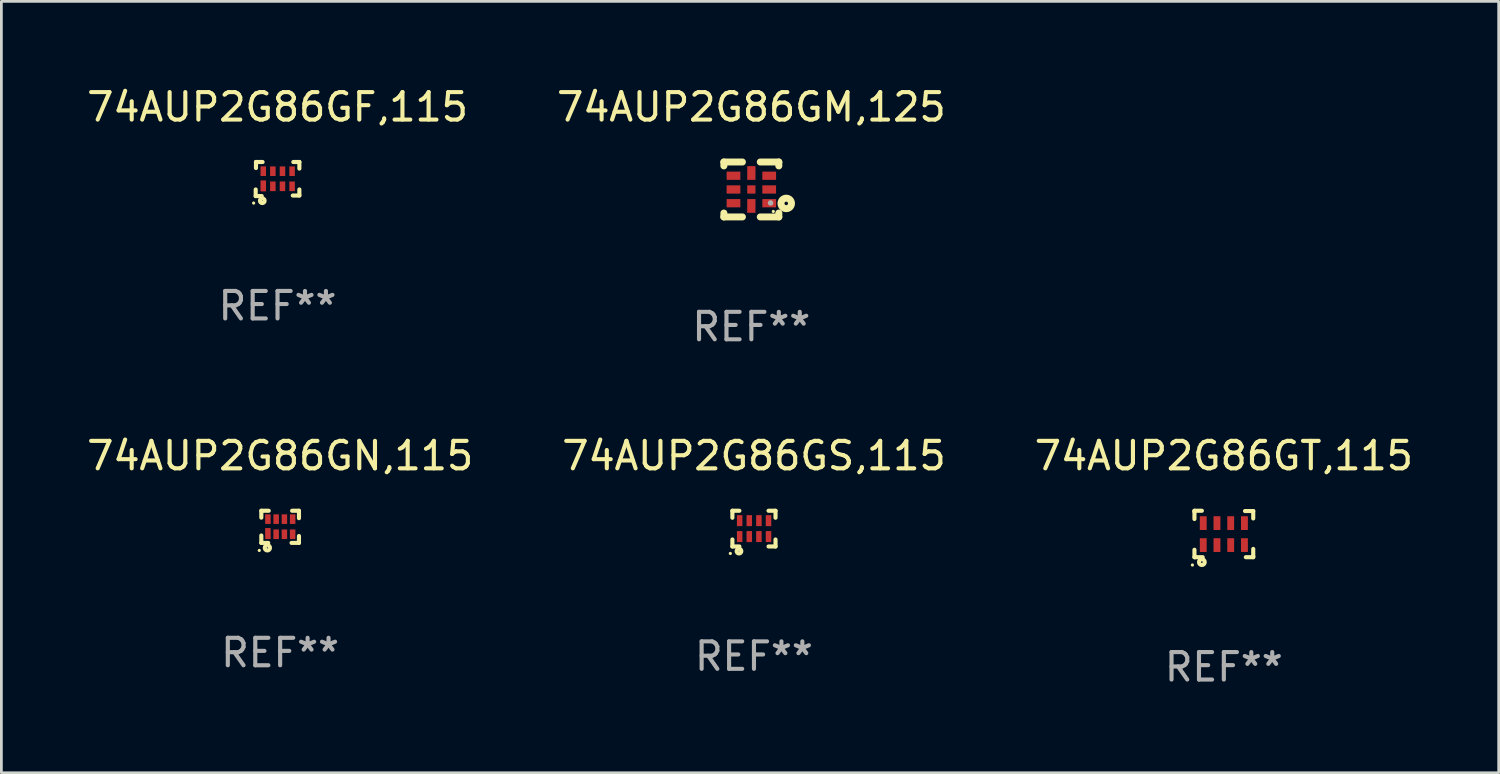
<source format=kicad_pcb>
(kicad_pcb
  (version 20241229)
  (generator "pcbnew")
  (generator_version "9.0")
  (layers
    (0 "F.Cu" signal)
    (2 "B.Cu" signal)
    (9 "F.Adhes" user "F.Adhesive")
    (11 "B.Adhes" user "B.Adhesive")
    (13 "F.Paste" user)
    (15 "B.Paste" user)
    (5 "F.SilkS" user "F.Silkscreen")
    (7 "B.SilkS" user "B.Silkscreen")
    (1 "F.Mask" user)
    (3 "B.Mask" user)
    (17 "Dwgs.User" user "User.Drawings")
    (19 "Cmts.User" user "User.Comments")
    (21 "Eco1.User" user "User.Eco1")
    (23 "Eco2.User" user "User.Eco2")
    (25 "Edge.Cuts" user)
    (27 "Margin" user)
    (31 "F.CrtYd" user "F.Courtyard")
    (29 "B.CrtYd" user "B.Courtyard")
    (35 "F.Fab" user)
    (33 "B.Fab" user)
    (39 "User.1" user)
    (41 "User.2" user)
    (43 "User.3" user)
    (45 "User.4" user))
  (footprint "74AUP2G86GT,115"
    (layer "F.Cu")
    (at 41.506 16.39)
    (property "Reference" "74AUP2G86GT,115" (at 0 -2.845 0) (layer "F.SilkS") (effects (font (size 1 1) (thickness 0.15))))
    (attr through_hole)
    (fp_line (start -1.07 -0.845) (end -0.8 -0.845) (stroke (width 0.15) (type solid)) (layer "F.SilkS"))
    (fp_line (start -1.07 -0.815) (end -1.07 -0.845) (stroke (width 0.15) (type solid)) (layer "F.SilkS"))
    (fp_line (start -1.07 -0.545) (end -1.07 -0.815) (stroke (width 0.15) (type solid)) (layer "F.SilkS"))
    (fp_line (start -1.07 0.845) (end -1.07 0.575) (stroke (width 0.15) (type solid)) (layer "F.SilkS"))
    (fp_line (start -1.04 0.845) (end -1.07 0.845) (stroke (width 0.15) (type solid)) (layer "F.SilkS"))
    (fp_line (start -0.77 0.845) (end -1.04 0.845) (stroke (width 0.15) (type solid)) (layer "F.SilkS"))
    (fp_line (start 0.77 -0.835) (end 1.04 -0.835) (stroke (width 0.15) (type solid)) (layer "F.SilkS"))
    (fp_line (start 1.04 -0.835) (end 1.07 -0.835) (stroke (width 0.15) (type solid)) (layer "F.SilkS"))
    (fp_line (start 1.07 0.545) (end 1.07 0.815) (stroke (width 0.15) (type solid)) (layer "F.SilkS"))
    (fp_line (start 1.07 0.815) (end 1.07 0.845) (stroke (width 0.15) (type solid)) (layer "F.SilkS"))
    (fp_line (start 1.07 0.845) (end 0.8 0.845) (stroke (width 0.15) (type solid)) (layer "F.SilkS"))
    (fp_line (start 1.07 -0.835) (end 1.07 -0.565) (stroke (width 0.15) (type solid)) (layer "F.SilkS"))
    (fp_circle (center -1.145 1.13) (end -1.115 1.13) (stroke (width 0.06) (type solid)) (fill no) (layer "F.SilkS"))
    (fp_circle (center -0.8 1.025) (end -0.77 1.025) (stroke (width 0.15) (type solid)) (fill no) (layer "F.SilkS"))
    (fp_text user "REF**" (at 0 4.845 0) (layer "F.Fab") (effects (font (size 1 1) (thickness 0.15))))
    (pad "1" smd rect (at -0.75 0.405) (size 0.25 0.5) (layers "F.Cu" "F.Mask" "F.Paste"))
    (pad "2" smd rect (at -0.25 0.405) (size 0.25 0.5) (layers "F.Cu" "F.Mask" "F.Paste"))
    (pad "3" smd rect (at 0.25 0.405) (size 0.25 0.5) (layers "F.Cu" "F.Mask" "F.Paste"))
    (pad "4" smd rect (at 0.75 0.405) (size 0.25 0.5) (layers "F.Cu" "F.Mask" "F.Paste"))
    (pad "5" smd rect (at 0.75 -0.395) (size 0.25 0.5) (layers "F.Cu" "F.Mask" "F.Paste"))
    (pad "6" smd rect (at 0.25 -0.395) (size 0.25 0.5) (layers "F.Cu" "F.Mask" "F.Paste"))
    (pad "7" smd rect (at -0.25 -0.395) (size 0.25 0.5) (layers "F.Cu" "F.Mask" "F.Paste"))
    (pad "8" smd rect (at -0.75 -0.395) (size 0.25 0.5) (layers "F.Cu" "F.Mask" "F.Paste")))
  (footprint "74AUP2G86GF,115"
    (layer "F.Cu")
    (at 7.054 3.468)
    (property "Reference" "74AUP2G86GF,115" (at 0 -2.62 0) (layer "F.SilkS") (effects (font (size 1 1) (thickness 0.15))))
    (attr through_hole)
    (fp_line (start -0.795 0.62) (end -0.795 0.38) (stroke (width 0.15) (type solid)) (layer "F.SilkS"))
    (fp_line (start -0.785 -0.62) (end -0.545 -0.62) (stroke (width 0.15) (type solid)) (layer "F.SilkS"))
    (fp_line (start -0.785 -0.4) (end -0.785 -0.62) (stroke (width 0.15) (type solid)) (layer "F.SilkS"))
    (fp_line (start -0.575 0.62) (end -0.795 0.62) (stroke (width 0.15) (type solid)) (layer "F.SilkS"))
    (fp_line (start 0.575 -0.62) (end 0.795 -0.62) (stroke (width 0.15) (type solid)) (layer "F.SilkS"))
    (fp_line (start 0.795 -0.62) (end 0.795 -0.38) (stroke (width 0.15) (type solid)) (layer "F.SilkS"))
    (fp_line (start 0.795 0.38) (end 0.795 0.6) (stroke (width 0.15) (type solid)) (layer "F.SilkS"))
    (fp_line (start 0.795 0.6) (end 0.555 0.6) (stroke (width 0.15) (type solid)) (layer "F.SilkS"))
    (fp_circle (center -0.87 0.875) (end -0.84 0.875) (stroke (width 0.06) (type solid)) (fill no) (layer "F.SilkS"))
    (fp_circle (center -0.555 0.79) (end -0.545 0.79) (stroke (width 0.15) (type solid)) (fill no) (layer "F.SilkS"))
    (fp_text user "REF**" (at 0 4.62 0) (layer "F.Fab") (effects (font (size 1 1) (thickness 0.15))))
    (pad "1" smd rect (at -0.52 0.25) (size 0.2 0.4) (layers "F.Cu" "F.Mask" "F.Paste"))
    (pad "2" smd rect (at -0.17 0.265) (size 0.2 0.35) (layers "F.Cu" "F.Mask" "F.Paste"))
    (pad "3" smd rect (at 0.18 0.265) (size 0.2 0.35) (layers "F.Cu" "F.Mask" "F.Paste"))
    (pad "4" smd rect (at 0.53 0.265) (size 0.2 0.35) (layers "F.Cu" "F.Mask" "F.Paste"))
    (pad "5" smd rect (at 0.53 -0.285) (size 0.2 0.35) (layers "F.Cu" "F.Mask" "F.Paste"))
    (pad "6" smd rect (at 0.18 -0.285) (size 0.2 0.35) (layers "F.Cu" "F.Mask" "F.Paste"))
    (pad "7" smd rect (at -0.17 -0.285) (size 0.2 0.35) (layers "F.Cu" "F.Mask" "F.Paste"))
    (pad "8" smd rect (at -0.52 -0.285) (size 0.2 0.35) (layers "F.Cu" "F.Mask" "F.Paste")))
  (footprint "74AUP2G86GN,115"
    (layer "F.Cu")
    (at 7.149 16.13)
    (property "Reference" "74AUP2G86GN,115" (at 0 -2.585 0) (layer "F.SilkS") (effects (font (size 1 1) (thickness 0.15))))
    (attr through_hole)
    (fp_line (start -0.685 -0.585) (end -0.415 -0.585) (stroke (width 0.15) (type solid)) (layer "F.SilkS"))
    (fp_line (start -0.685 -0.335) (end -0.685 -0.585) (stroke (width 0.15) (type solid)) (layer "F.SilkS"))
    (fp_line (start -0.685 0.585) (end -0.685 0.315) (stroke (width 0.15) (type solid)) (layer "F.SilkS"))
    (fp_line (start -0.435 0.585) (end -0.685 0.585) (stroke (width 0.15) (type solid)) (layer "F.SilkS"))
    (fp_line (start 0.435 -0.585) (end 0.685 -0.585) (stroke (width 0.15) (type solid)) (layer "F.SilkS"))
    (fp_line (start 0.685 -0.585) (end 0.685 -0.315) (stroke (width 0.15) (type solid)) (layer "F.SilkS"))
    (fp_line (start 0.685 0.335) (end 0.685 0.585) (stroke (width 0.15) (type solid)) (layer "F.SilkS"))
    (fp_line (start 0.685 0.585) (end 0.415 0.585) (stroke (width 0.15) (type solid)) (layer "F.SilkS"))
    (fp_circle (center -0.76 0.86) (end -0.73 0.86) (stroke (width 0.06) (type solid)) (fill no) (layer "F.SilkS"))
    (fp_circle (center -0.465 0.765) (end -0.445 0.765) (stroke (width 0.15) (type solid)) (fill no) (layer "F.SilkS"))
    (fp_text user "REF**" (at 0 4.585 0) (layer "F.Fab") (effects (font (size 1 1) (thickness 0.15))))
    (pad "1" smd rect (at -0.445 0.245) (size 0.2 0.4) (layers "F.Cu" "F.Mask" "F.Paste"))
    (pad "2" smd rect (at -0.145 0.27) (size 0.2 0.35) (layers "F.Cu" "F.Mask" "F.Paste"))
    (pad "3" smd rect (at 0.155 0.27) (size 0.2 0.35) (layers "F.Cu" "F.Mask" "F.Paste"))
    (pad "4" smd rect (at 0.455 0.27) (size 0.2 0.35) (layers "F.Cu" "F.Mask" "F.Paste"))
    (pad "5" smd rect (at 0.455 -0.28) (size 0.2 0.35) (layers "F.Cu" "F.Mask" "F.Paste"))
    (pad "6" smd rect (at 0.155 -0.28) (size 0.2 0.35) (layers "F.Cu" "F.Mask" "F.Paste"))
    (pad "7" smd rect (at -0.145 -0.28) (size 0.2 0.35) (layers "F.Cu" "F.Mask" "F.Paste"))
    (pad "8" smd rect (at -0.445 -0.28) (size 0.2 0.35) (layers "F.Cu" "F.Mask" "F.Paste")))
  (footprint "74AUP2G86GS,115"
    (layer "F.Cu")
    (at 24.399 16.195)
    (property "Reference" "74AUP2G86GS,115" (at 0 -2.65 0) (layer "F.SilkS") (effects (font (size 1 1) (thickness 0.15))))
    (attr through_hole)
    (fp_line (start -0.785 0.65) (end -0.785 0.396) (stroke (width 0.15) (type solid)) (layer "F.SilkS"))
    (fp_line (start -0.785 -0.65) (end -0.531 -0.65) (stroke (width 0.15) (type solid)) (layer "F.SilkS"))
    (fp_line (start -0.785 -0.396) (end -0.785 -0.65) (stroke (width 0.15) (type solid)) (layer "F.SilkS"))
    (fp_line (start -0.531 0.65) (end -0.785 0.65) (stroke (width 0.15) (type solid)) (layer "F.SilkS"))
    (fp_line (start 0.531 -0.65) (end 0.785 -0.65) (stroke (width 0.15) (type solid)) (layer "F.SilkS"))
    (fp_line (start 0.785 -0.65) (end 0.785 -0.396) (stroke (width 0.15) (type solid)) (layer "F.SilkS"))
    (fp_line (start 0.785 0.396) (end 0.785 0.65) (stroke (width 0.15) (type solid)) (layer "F.SilkS"))
    (fp_line (start 0.785 0.65) (end 0.531 0.65) (stroke (width 0.15) (type solid)) (layer "F.SilkS"))
    (fp_circle (center -0.86 0.905) (end -0.83 0.905) (stroke (width 0.06) (type solid)) (fill no) (layer "F.SilkS"))
    (fp_circle (center -0.545 0.82) (end -0.535 0.82) (stroke (width 0.15) (type solid)) (fill no) (layer "F.SilkS"))
    (fp_text user "REF**" (at 0 4.65 0) (layer "F.Fab") (effects (font (size 1 1) (thickness 0.15))))
    (pad "1" smd rect (at -0.52 0.29) (size 0.2 0.4) (layers "F.Cu" "F.Mask" "F.Paste"))
    (pad "2" smd rect (at -0.17 0.29) (size 0.2 0.4) (layers "F.Cu" "F.Mask" "F.Paste"))
    (pad "3" smd rect (at 0.18 0.29) (size 0.2 0.4) (layers "F.Cu" "F.Mask" "F.Paste"))
    (pad "4" smd rect (at 0.53 0.29) (size 0.2 0.4) (layers "F.Cu" "F.Mask" "F.Paste"))
    (pad "5" smd rect (at 0.53 -0.29) (size 0.2 0.4) (layers "F.Cu" "F.Mask" "F.Paste"))
    (pad "6" smd rect (at 0.18 -0.29) (size 0.2 0.4) (layers "F.Cu" "F.Mask" "F.Paste"))
    (pad "7" smd rect (at -0.17 -0.29) (size 0.2 0.4) (layers "F.Cu" "F.Mask" "F.Paste"))
    (pad "8" smd rect (at -0.52 -0.29) (size 0.2 0.4) (layers "F.Cu" "F.Mask" "F.Paste")))
  (footprint "74AUP2G86GM,125"
    (layer "F.Cu")
    (at 24.304 3.848)
    (property "Reference" "74AUP2G86GM,125" (at 0 -3 0) (layer "F.SilkS") (effects (font (size 1 1) (thickness 0.15))))
    (attr through_hole)
    (fp_line (start -1 -1) (end -0.325 -1) (stroke (width 0.254) (type solid)) (layer "F.SilkS"))
    (fp_line (start -1 -0.858) (end -1 -1) (stroke (width 0.254) (type solid)) (layer "F.SilkS"))
    (fp_line (start -1 1) (end -1 0.858) (stroke (width 0.254) (type solid)) (layer "F.SilkS"))
    (fp_line (start -0.325 1) (end -1 1) (stroke (width 0.254) (type solid)) (layer "F.SilkS"))
    (fp_line (start 0.325 -1) (end 1 -1) (stroke (width 0.254) (type solid)) (layer "F.SilkS"))
    (fp_line (start 1 -1) (end 1 -0.858) (stroke (width 0.254) (type solid)) (layer "F.SilkS"))
    (fp_line (start 1 0.858) (end 1 1) (stroke (width 0.254) (type solid)) (layer "F.SilkS"))
    (fp_line (start 1 1) (end 0.325 1) (stroke (width 0.254) (type solid)) (layer "F.SilkS"))
    (fp_circle (center 0.8 0.8) (end 0.83 0.8) (stroke (width 0.06) (type solid)) (fill no) (layer "F.SilkS"))
    (fp_circle (center 1.27 0.508) (end 1.334 0.508) (stroke (width 0.254) (type solid)) (fill no) (layer "F.SilkS"))
    (fp_circle (center 0.7 0.49) (end 0.75 0.49) (stroke (width 0.1) (type solid)) (fill no) (layer "F.Fab"))
    (fp_text user "REF**" (at 0 5 0) (layer "F.Fab") (effects (font (size 1 1) (thickness 0.15))))
    (pad "1" smd rect (at 0.65 0.5 180) (size 0.5 0.3) (layers "F.Cu" "F.Mask" "F.Paste"))
    (pad "2" smd rect (at 0.65 0 180) (size 0.5 0.3) (layers "F.Cu" "F.Mask" "F.Paste"))
    (pad "3" smd rect (at 0.65 -0.5 180) (size 0.5 0.3) (layers "F.Cu" "F.Mask" "F.Paste"))
    (pad "4" smd rect (at 0.000025 -0.6 270) (size 0.5 0.3) (layers "F.Cu" "F.Mask" "F.Paste"))
    (pad "5" smd rect (at -0.65 -0.5 180) (size 0.5 0.3) (layers "F.Cu" "F.Mask" "F.Paste"))
    (pad "6" smd rect (at -0.65 0 180) (size 0.5 0.3) (layers "F.Cu" "F.Mask" "F.Paste"))
    (pad "7" smd rect (at -0.65 0.5 180) (size 0.5 0.3) (layers "F.Cu" "F.Mask" "F.Paste"))
    (pad "8" smd rect (at 0.000025 0.6 270) (size 0.5 0.3) (layers "F.Cu" "F.Mask" "F.Paste"))
    (pad "9" smd rect (at 0.000025 0 270) (size 0.3 0.3) (layers "F.Cu" "F.Mask" "F.Paste")))
  (gr_rect
    (start -3 -3)
    (end 51.512 25.083)
    (stroke (width 0.1) (type default))
    (fill no)
    (layer "Edge.Cuts")))
</source>
